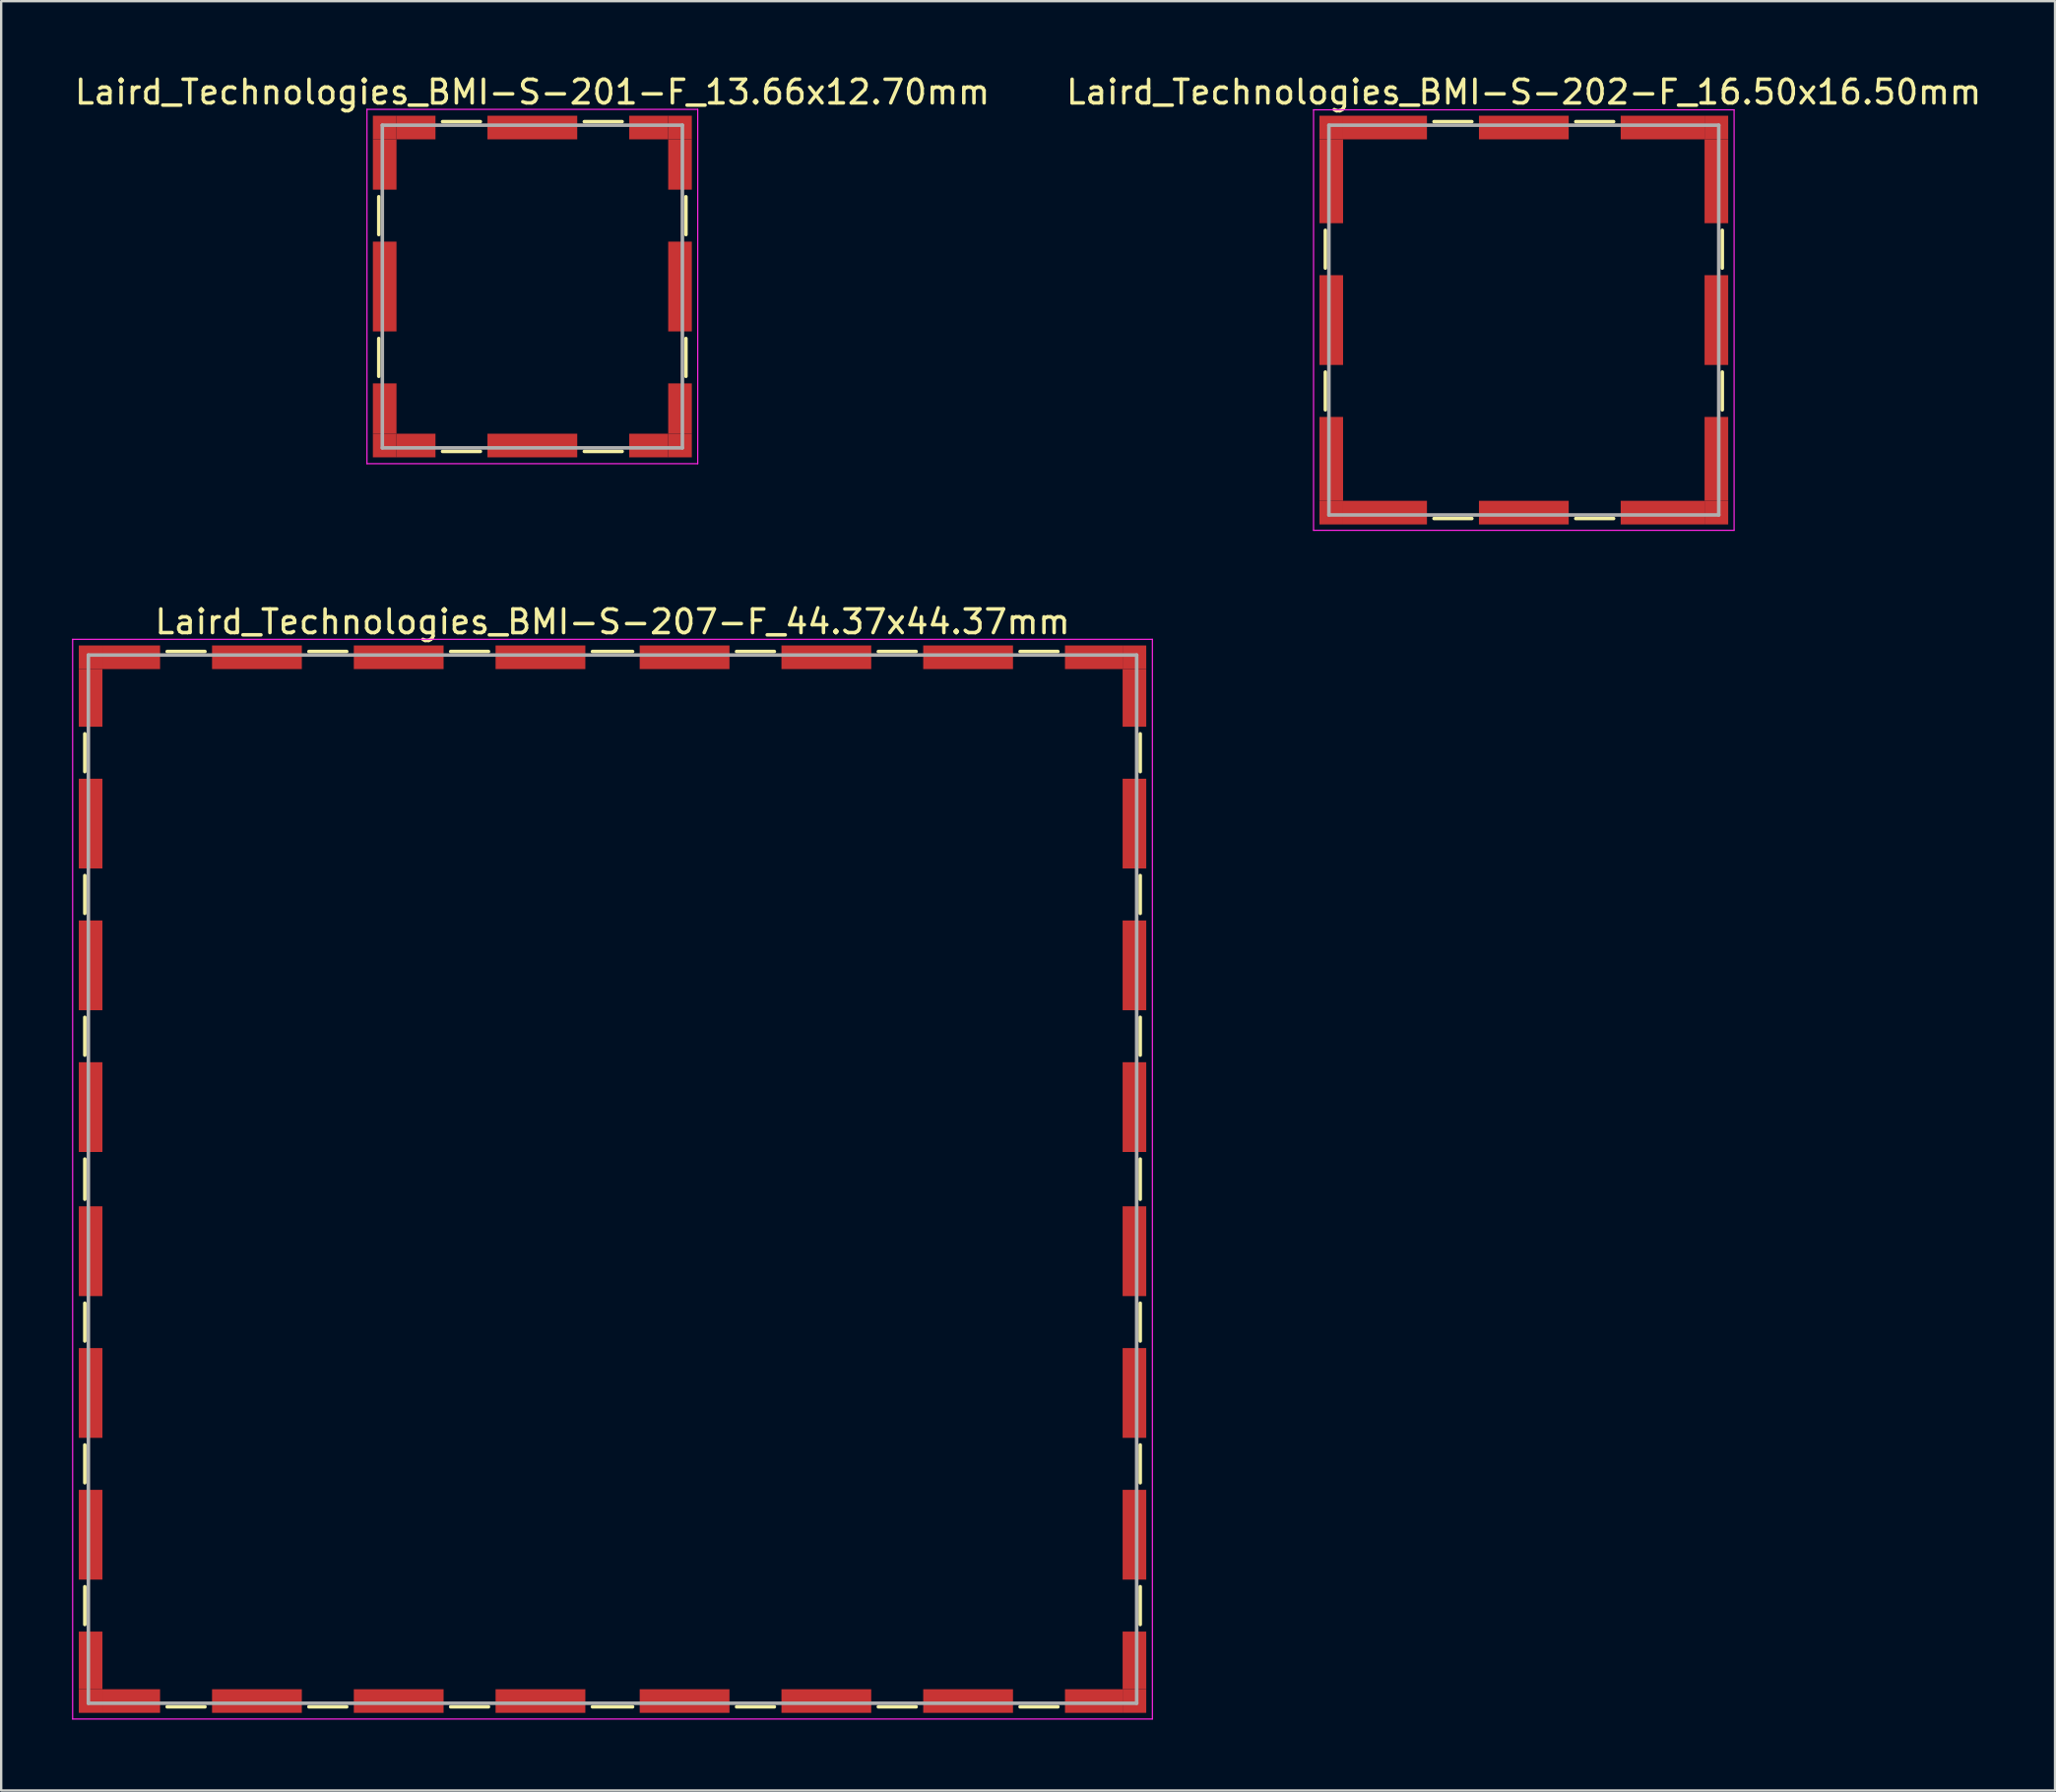
<source format=kicad_pcb>
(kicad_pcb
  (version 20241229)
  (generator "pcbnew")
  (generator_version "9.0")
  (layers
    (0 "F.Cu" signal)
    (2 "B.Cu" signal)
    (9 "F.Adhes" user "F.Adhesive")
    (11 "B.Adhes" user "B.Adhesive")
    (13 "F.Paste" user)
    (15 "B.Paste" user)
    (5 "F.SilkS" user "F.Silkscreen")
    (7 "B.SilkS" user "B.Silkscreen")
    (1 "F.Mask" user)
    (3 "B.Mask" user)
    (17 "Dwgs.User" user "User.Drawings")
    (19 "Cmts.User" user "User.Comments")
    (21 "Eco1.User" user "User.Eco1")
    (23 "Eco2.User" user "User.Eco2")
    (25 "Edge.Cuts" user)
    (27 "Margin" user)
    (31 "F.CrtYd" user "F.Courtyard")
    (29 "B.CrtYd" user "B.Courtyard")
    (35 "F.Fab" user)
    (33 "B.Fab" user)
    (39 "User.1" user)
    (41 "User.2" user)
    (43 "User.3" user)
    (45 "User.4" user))
  (footprint "Laird_Technologies_BMI-S-202-F_16.50x16.50mm"
    (layer "F.Cu")
    (at 61.446 10.498)
    (property "Reference" "Laird_Technologies_BMI-S-202-F_16.50x16.50mm" (at 0 -9.65 0) (layer "F.SilkS") (effects (font (size 1 1) (thickness 0.15))))
    (attr smd)
    (fp_line (start -8.4 -3.8) (end -8.4 -2.2) (stroke (width 0.15) (type solid)) (layer "F.SilkS"))
    (fp_line (start -8.4 2.2) (end -8.4 3.8) (stroke (width 0.15) (type solid)) (layer "F.SilkS"))
    (fp_line (start -3.8 -8.4) (end -2.2 -8.4) (stroke (width 0.15) (type solid)) (layer "F.SilkS"))
    (fp_line (start -3.8 8.4) (end -2.2 8.4) (stroke (width 0.15) (type solid)) (layer "F.SilkS"))
    (fp_line (start 2.2 -8.4) (end 3.8 -8.4) (stroke (width 0.15) (type solid)) (layer "F.SilkS"))
    (fp_line (start 2.2 8.4) (end 3.8 8.4) (stroke (width 0.15) (type solid)) (layer "F.SilkS"))
    (fp_line (start 8.4 -3.8) (end 8.4 -2.2) (stroke (width 0.15) (type solid)) (layer "F.SilkS"))
    (fp_line (start 8.4 2.2) (end 8.4 3.8) (stroke (width 0.15) (type solid)) (layer "F.SilkS"))
    (fp_line (start -8.9 -8.9) (end -8.9 8.9) (stroke (width 0.05) (type solid)) (layer "F.CrtYd"))
    (fp_line (start -8.9 8.9) (end 8.9 8.9) (stroke (width 0.05) (type solid)) (layer "F.CrtYd"))
    (fp_line (start 8.9 -8.9) (end -8.9 -8.9) (stroke (width 0.05) (type solid)) (layer "F.CrtYd"))
    (fp_line (start 8.9 8.9) (end 8.9 -8.9) (stroke (width 0.05) (type solid)) (layer "F.CrtYd"))
    (fp_line (start -8.25 -8.25) (end -8.25 8.25) (stroke (width 0.15) (type solid)) (layer "F.Fab"))
    (fp_line (start -8.25 8.25) (end 8.25 8.25) (stroke (width 0.15) (type solid)) (layer "F.Fab"))
    (fp_line (start 8.25 -8.25) (end -8.25 -8.25) (stroke (width 0.15) (type solid)) (layer "F.Fab"))
    (fp_line (start 8.25 8.25) (end 8.25 -8.25) (stroke (width 0.15) (type solid)) (layer "F.Fab"))
    (pad "1" smd rect (at -8.15 -8.15) (size 1 1) (layers "F.Cu" "F.Mask"))
    (pad "1" smd rect (at -8.15 -5.875) (size 1 3.55) (layers "F.Cu" "F.Mask"))
    (pad "1" smd rect (at -8.15 0) (size 1 3.8) (layers "F.Cu" "F.Mask"))
    (pad "1" smd rect (at -8.15 5.875) (size 1 3.55) (layers "F.Cu" "F.Mask"))
    (pad "1" smd rect (at -8.15 8.15) (size 1 1) (layers "F.Cu" "F.Mask"))
    (pad "1" smd rect (at -5.875 -8.15) (size 3.55 1) (layers "F.Cu" "F.Mask"))
    (pad "1" smd rect (at -5.875 8.15) (size 3.55 1) (layers "F.Cu" "F.Mask"))
    (pad "1" smd rect (at 0 -8.15) (size 3.8 1) (layers "F.Cu" "F.Mask"))
    (pad "1" smd rect (at 0 8.15) (size 3.8 1) (layers "F.Cu" "F.Mask"))
    (pad "1" smd rect (at 5.875 -8.15) (size 3.55 1) (layers "F.Cu" "F.Mask"))
    (pad "1" smd rect (at 5.875 8.15) (size 3.55 1) (layers "F.Cu" "F.Mask"))
    (pad "1" smd rect (at 8.15 -8.15) (size 1 1) (layers "F.Cu" "F.Mask"))
    (pad "1" smd rect (at 8.15 -5.875) (size 1 3.55) (layers "F.Cu" "F.Mask"))
    (pad "1" smd rect (at 8.15 0) (size 1 3.8) (layers "F.Cu" "F.Mask"))
    (pad "1" smd rect (at 8.15 5.875) (size 1 3.55) (layers "F.Cu" "F.Mask"))
    (pad "1" smd rect (at 8.15 8.15) (size 1 1) (layers "F.Cu" "F.Mask")))
  (footprint "Laird_Technologies_BMI-S-201-F_13.66x12.70mm"
    (layer "F.Cu")
    (at 19.482 9.078)
    (property "Reference" "Laird_Technologies_BMI-S-201-F_13.66x12.70mm" (at 0 -8.23 0) (layer "F.SilkS") (effects (font (size 1 1) (thickness 0.15))))
    (attr smd)
    (fp_line (start -6.5 -3.8) (end -6.5 -2.2) (stroke (width 0.15) (type solid)) (layer "F.SilkS"))
    (fp_line (start -6.5 2.2) (end -6.5 3.8) (stroke (width 0.15) (type solid)) (layer "F.SilkS"))
    (fp_line (start -3.8 -6.98) (end -2.2 -6.98) (stroke (width 0.15) (type solid)) (layer "F.SilkS"))
    (fp_line (start -3.8 6.98) (end -2.2 6.98) (stroke (width 0.15) (type solid)) (layer "F.SilkS"))
    (fp_line (start 2.2 -6.98) (end 3.8 -6.98) (stroke (width 0.15) (type solid)) (layer "F.SilkS"))
    (fp_line (start 2.2 6.98) (end 3.8 6.98) (stroke (width 0.15) (type solid)) (layer "F.SilkS"))
    (fp_line (start 6.5 -3.8) (end 6.5 -2.2) (stroke (width 0.15) (type solid)) (layer "F.SilkS"))
    (fp_line (start 6.5 2.2) (end 6.5 3.8) (stroke (width 0.15) (type solid)) (layer "F.SilkS"))
    (fp_line (start -7 -7.5) (end -7 7.5) (stroke (width 0.05) (type solid)) (layer "F.CrtYd"))
    (fp_line (start -7 7.5) (end 7 7.5) (stroke (width 0.05) (type solid)) (layer "F.CrtYd"))
    (fp_line (start 7 -7.5) (end -7 -7.5) (stroke (width 0.05) (type solid)) (layer "F.CrtYd"))
    (fp_line (start 7 7.5) (end 7 -7.5) (stroke (width 0.05) (type solid)) (layer "F.CrtYd"))
    (fp_line (start -6.35 -6.83) (end -6.35 6.83) (stroke (width 0.15) (type solid)) (layer "F.Fab"))
    (fp_line (start -6.35 6.83) (end 6.35 6.83) (stroke (width 0.15) (type solid)) (layer "F.Fab"))
    (fp_line (start 6.35 -6.83) (end -6.35 -6.83) (stroke (width 0.15) (type solid)) (layer "F.Fab"))
    (fp_line (start 6.35 6.83) (end 6.35 -6.83) (stroke (width 0.15) (type solid)) (layer "F.Fab"))
    (pad "1" smd rect (at -6.25 -6.73) (size 1 1) (layers "F.Cu" "F.Mask"))
    (pad "1" smd rect (at -6.25 -5.165) (size 1 2.13) (layers "F.Cu" "F.Mask"))
    (pad "1" smd rect (at -6.25 0) (size 1 3.8) (layers "F.Cu" "F.Mask"))
    (pad "1" smd rect (at -6.25 5.165) (size 1 2.13) (layers "F.Cu" "F.Mask"))
    (pad "1" smd rect (at -6.25 6.73) (size 1 1) (layers "F.Cu" "F.Mask"))
    (pad "1" smd rect (at -4.925 -6.73) (size 1.65 1) (layers "F.Cu" "F.Mask"))
    (pad "1" smd rect (at -4.925 6.73) (size 1.65 1) (layers "F.Cu" "F.Mask"))
    (pad "1" smd rect (at 0 -6.73) (size 3.8 1) (layers "F.Cu" "F.Mask"))
    (pad "1" smd rect (at 0 6.73) (size 3.8 1) (layers "F.Cu" "F.Mask"))
    (pad "1" smd rect (at 4.925 -6.73) (size 1.65 1) (layers "F.Cu" "F.Mask"))
    (pad "1" smd rect (at 4.925 6.73) (size 1.65 1) (layers "F.Cu" "F.Mask"))
    (pad "1" smd rect (at 6.25 -6.73) (size 1 1) (layers "F.Cu" "F.Mask"))
    (pad "1" smd rect (at 6.25 -5.165) (size 1 2.13) (layers "F.Cu" "F.Mask"))
    (pad "1" smd rect (at 6.25 0) (size 1 3.8) (layers "F.Cu" "F.Mask"))
    (pad "1" smd rect (at 6.25 5.165) (size 1 2.13) (layers "F.Cu" "F.Mask"))
    (pad "1" smd rect (at 6.25 6.73) (size 1 1) (layers "F.Cu" "F.Mask")))
  (footprint "Laird_Technologies_BMI-S-207-F_44.37x44.37mm"
    (layer "F.Cu")
    (at 22.875 46.861)
    (property "Reference" "Laird_Technologies_BMI-S-207-F_44.37x44.37mm" (at 0 -23.59 0) (layer "F.SilkS") (effects (font (size 1 1) (thickness 0.15))))
    (attr smd)
    (fp_line (start -22.335 -18.85) (end -22.335 -17.25) (stroke (width 0.15) (type solid)) (layer "F.SilkS"))
    (fp_line (start -22.335 -12.85) (end -22.335 -11.25) (stroke (width 0.15) (type solid)) (layer "F.SilkS"))
    (fp_line (start -22.335 -6.85) (end -22.335 -5.25) (stroke (width 0.15) (type solid)) (layer "F.SilkS"))
    (fp_line (start -22.335 -0.85) (end -22.335 0.85) (stroke (width 0.15) (type solid)) (layer "F.SilkS"))
    (fp_line (start -22.335 5.25) (end -22.335 6.85) (stroke (width 0.15) (type solid)) (layer "F.SilkS"))
    (fp_line (start -22.335 11.25) (end -22.335 12.85) (stroke (width 0.15) (type solid)) (layer "F.SilkS"))
    (fp_line (start -22.335 17.25) (end -22.335 18.85) (stroke (width 0.15) (type solid)) (layer "F.SilkS"))
    (fp_line (start -18.85 -22.335) (end -17.25 -22.335) (stroke (width 0.15) (type solid)) (layer "F.SilkS"))
    (fp_line (start -18.85 22.335) (end -17.25 22.335) (stroke (width 0.15) (type solid)) (layer "F.SilkS"))
    (fp_line (start -12.85 -22.335) (end -11.25 -22.335) (stroke (width 0.15) (type solid)) (layer "F.SilkS"))
    (fp_line (start -12.85 22.335) (end -11.25 22.335) (stroke (width 0.15) (type solid)) (layer "F.SilkS"))
    (fp_line (start -6.85 -22.335) (end -5.25 -22.335) (stroke (width 0.15) (type solid)) (layer "F.SilkS"))
    (fp_line (start -6.85 22.335) (end -5.25 22.335) (stroke (width 0.15) (type solid)) (layer "F.SilkS"))
    (fp_line (start -0.85 -22.335) (end 0.85 -22.335) (stroke (width 0.15) (type solid)) (layer "F.SilkS"))
    (fp_line (start -0.85 22.335) (end 0.85 22.335) (stroke (width 0.15) (type solid)) (layer "F.SilkS"))
    (fp_line (start 5.25 -22.335) (end 6.85 -22.335) (stroke (width 0.15) (type solid)) (layer "F.SilkS"))
    (fp_line (start 5.25 22.335) (end 6.85 22.335) (stroke (width 0.15) (type solid)) (layer "F.SilkS"))
    (fp_line (start 11.25 -22.335) (end 12.85 -22.335) (stroke (width 0.15) (type solid)) (layer "F.SilkS"))
    (fp_line (start 11.25 22.335) (end 12.85 22.335) (stroke (width 0.15) (type solid)) (layer "F.SilkS"))
    (fp_line (start 17.25 -22.335) (end 18.85 -22.335) (stroke (width 0.15) (type solid)) (layer "F.SilkS"))
    (fp_line (start 17.25 22.335) (end 18.85 22.335) (stroke (width 0.15) (type solid)) (layer "F.SilkS"))
    (fp_line (start 22.335 -18.85) (end 22.335 -17.25) (stroke (width 0.15) (type solid)) (layer "F.SilkS"))
    (fp_line (start 22.335 -12.85) (end 22.335 -11.25) (stroke (width 0.15) (type solid)) (layer "F.SilkS"))
    (fp_line (start 22.335 -6.85) (end 22.335 -5.25) (stroke (width 0.15) (type solid)) (layer "F.SilkS"))
    (fp_line (start 22.335 -0.85) (end 22.335 0.85) (stroke (width 0.15) (type solid)) (layer "F.SilkS"))
    (fp_line (start 22.335 5.25) (end 22.335 6.85) (stroke (width 0.15) (type solid)) (layer "F.SilkS"))
    (fp_line (start 22.335 11.25) (end 22.335 12.85) (stroke (width 0.15) (type solid)) (layer "F.SilkS"))
    (fp_line (start 22.335 17.25) (end 22.335 18.85) (stroke (width 0.15) (type solid)) (layer "F.SilkS"))
    (fp_line (start -22.85 -22.85) (end -22.85 22.85) (stroke (width 0.05) (type solid)) (layer "F.CrtYd"))
    (fp_line (start -22.85 22.85) (end 22.85 22.85) (stroke (width 0.05) (type solid)) (layer "F.CrtYd"))
    (fp_line (start 22.85 -22.85) (end -22.85 -22.85) (stroke (width 0.05) (type solid)) (layer "F.CrtYd"))
    (fp_line (start 22.85 22.85) (end 22.85 -22.85) (stroke (width 0.05) (type solid)) (layer "F.CrtYd"))
    (fp_line (start -22.185 -22.185) (end -22.185 22.185) (stroke (width 0.15) (type solid)) (layer "F.Fab"))
    (fp_line (start -22.185 22.185) (end 22.185 22.185) (stroke (width 0.15) (type solid)) (layer "F.Fab"))
    (fp_line (start 22.185 -22.185) (end -22.185 -22.185) (stroke (width 0.15) (type solid)) (layer "F.Fab"))
    (fp_line (start 22.185 22.185) (end 22.185 -22.185) (stroke (width 0.15) (type solid)) (layer "F.Fab"))
    (pad "1" smd rect (at -22.09 -22.09) (size 1 1) (layers "F.Cu" "F.Mask"))
    (pad "1" smd rect (at -22.09 -20.37) (size 1 2.44) (layers "F.Cu" "F.Mask"))
    (pad "1" smd rect (at -22.09 -15.05) (size 1 3.8) (layers "F.Cu" "F.Mask"))
    (pad "1" smd rect (at -22.09 -9.05) (size 1 3.8) (layers "F.Cu" "F.Mask"))
    (pad "1" smd rect (at -22.09 -3.05) (size 1 3.8) (layers "F.Cu" "F.Mask"))
    (pad "1" smd rect (at -22.09 3.05) (size 1 3.8) (layers "F.Cu" "F.Mask"))
    (pad "1" smd rect (at -22.09 9.05) (size 1 3.8) (layers "F.Cu" "F.Mask"))
    (pad "1" smd rect (at -22.09 15.05) (size 1 3.8) (layers "F.Cu" "F.Mask"))
    (pad "1" smd rect (at -22.09 20.37) (size 1 2.44) (layers "F.Cu" "F.Mask"))
    (pad "1" smd rect (at -22.09 22.09) (size 1 1) (layers "F.Cu" "F.Mask"))
    (pad "1" smd rect (at -20.37 -22.09) (size 2.44 1) (layers "F.Cu" "F.Mask"))
    (pad "1" smd rect (at -20.37 22.09) (size 2.44 1) (layers "F.Cu" "F.Mask"))
    (pad "1" smd rect (at -15.05 -22.09) (size 3.8 1) (layers "F.Cu" "F.Mask"))
    (pad "1" smd rect (at -15.05 22.09) (size 3.8 1) (layers "F.Cu" "F.Mask"))
    (pad "1" smd rect (at -9.05 -22.09) (size 3.8 1) (layers "F.Cu" "F.Mask"))
    (pad "1" smd rect (at -9.05 22.09) (size 3.8 1) (layers "F.Cu" "F.Mask"))
    (pad "1" smd rect (at -3.05 -22.09) (size 3.8 1) (layers "F.Cu" "F.Mask"))
    (pad "1" smd rect (at -3.05 22.09) (size 3.8 1) (layers "F.Cu" "F.Mask"))
    (pad "1" smd rect (at 3.05 -22.09) (size 3.8 1) (layers "F.Cu" "F.Mask"))
    (pad "1" smd rect (at 3.05 22.09) (size 3.8 1) (layers "F.Cu" "F.Mask"))
    (pad "1" smd rect (at 9.05 -22.09) (size 3.8 1) (layers "F.Cu" "F.Mask"))
    (pad "1" smd rect (at 9.05 22.09) (size 3.8 1) (layers "F.Cu" "F.Mask"))
    (pad "1" smd rect (at 15.05 -22.09) (size 3.8 1) (layers "F.Cu" "F.Mask"))
    (pad "1" smd rect (at 15.05 22.09) (size 3.8 1) (layers "F.Cu" "F.Mask"))
    (pad "1" smd rect (at 20.37 -22.09) (size 2.44 1) (layers "F.Cu" "F.Mask"))
    (pad "1" smd rect (at 20.37 22.09) (size 2.44 1) (layers "F.Cu" "F.Mask"))
    (pad "1" smd rect (at 22.09 -22.09) (size 1 1) (layers "F.Cu" "F.Mask"))
    (pad "1" smd rect (at 22.09 -20.37) (size 1 2.44) (layers "F.Cu" "F.Mask"))
    (pad "1" smd rect (at 22.09 -15.05) (size 1 3.8) (layers "F.Cu" "F.Mask"))
    (pad "1" smd rect (at 22.09 -9.05) (size 1 3.8) (layers "F.Cu" "F.Mask"))
    (pad "1" smd rect (at 22.09 -3.05) (size 1 3.8) (layers "F.Cu" "F.Mask"))
    (pad "1" smd rect (at 22.09 3.05) (size 1 3.8) (layers "F.Cu" "F.Mask"))
    (pad "1" smd rect (at 22.09 9.05) (size 1 3.8) (layers "F.Cu" "F.Mask"))
    (pad "1" smd rect (at 22.09 15.05) (size 1 3.8) (layers "F.Cu" "F.Mask"))
    (pad "1" smd rect (at 22.09 20.37) (size 1 2.44) (layers "F.Cu" "F.Mask"))
    (pad "1" smd rect (at 22.09 22.09) (size 1 1) (layers "F.Cu" "F.Mask")))
  (gr_rect
    (start -3 -3)
    (end 83.929 72.737)
    (stroke (width 0.1) (type default))
    (fill no)
    (layer "Edge.Cuts")))
</source>
